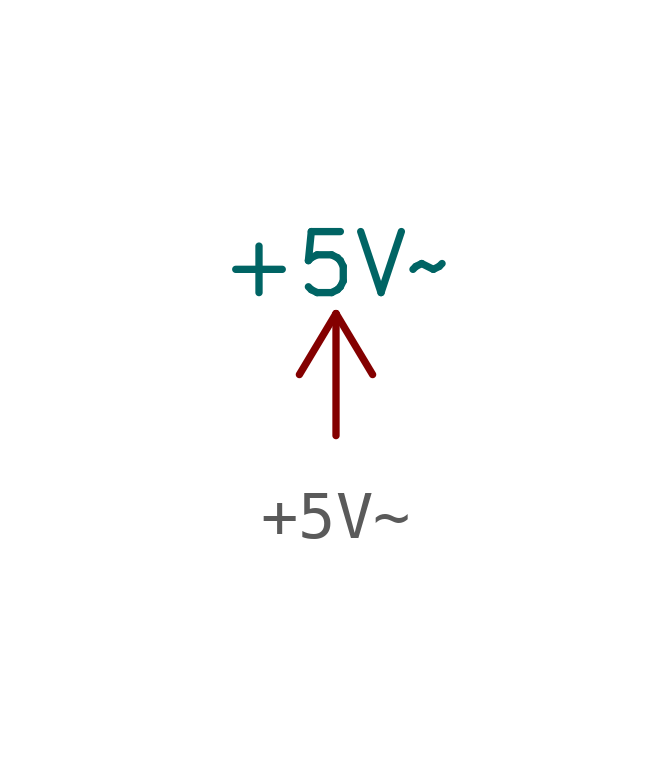
<source format=kicad_sym>
(kicad_symbol_lib
  (version 20220914)
  (generator kicad_symbol_editor)
  (symbol "+5V~"
    (power)
    (property "Reference" "#PWR?"
      (at -3.302 -2.54 0)
      (effects (font (size 1.27 1.27)) hide))
    (property "Value" "+5V~"
      (at 0 3.556 0)
      (effects (font (size 1.27 1.27))))
    (symbol "+5V~_0_1"
      (polyline (pts (xy -0.762 1.27) (xy 0 2.54)) (stroke (width 0) (type default)) (fill (type none)))
      (polyline (pts (xy 0 0) (xy 0 2.54)) (stroke (width 0) (type default)) (fill (type none)))
      (polyline (pts (xy 0 2.54) (xy 0.762 1.27)) (stroke (width 0) (type default)) (fill (type none))))
    (symbol "+5V~_1_1"
      (pin power_in line (at 0 0 90) (length 2.54) hide (name "+5V~" (effects (font (size 1.27 1.27)))) (number "1" (effects (font (size 1.27 1.27))))))))
</source>
